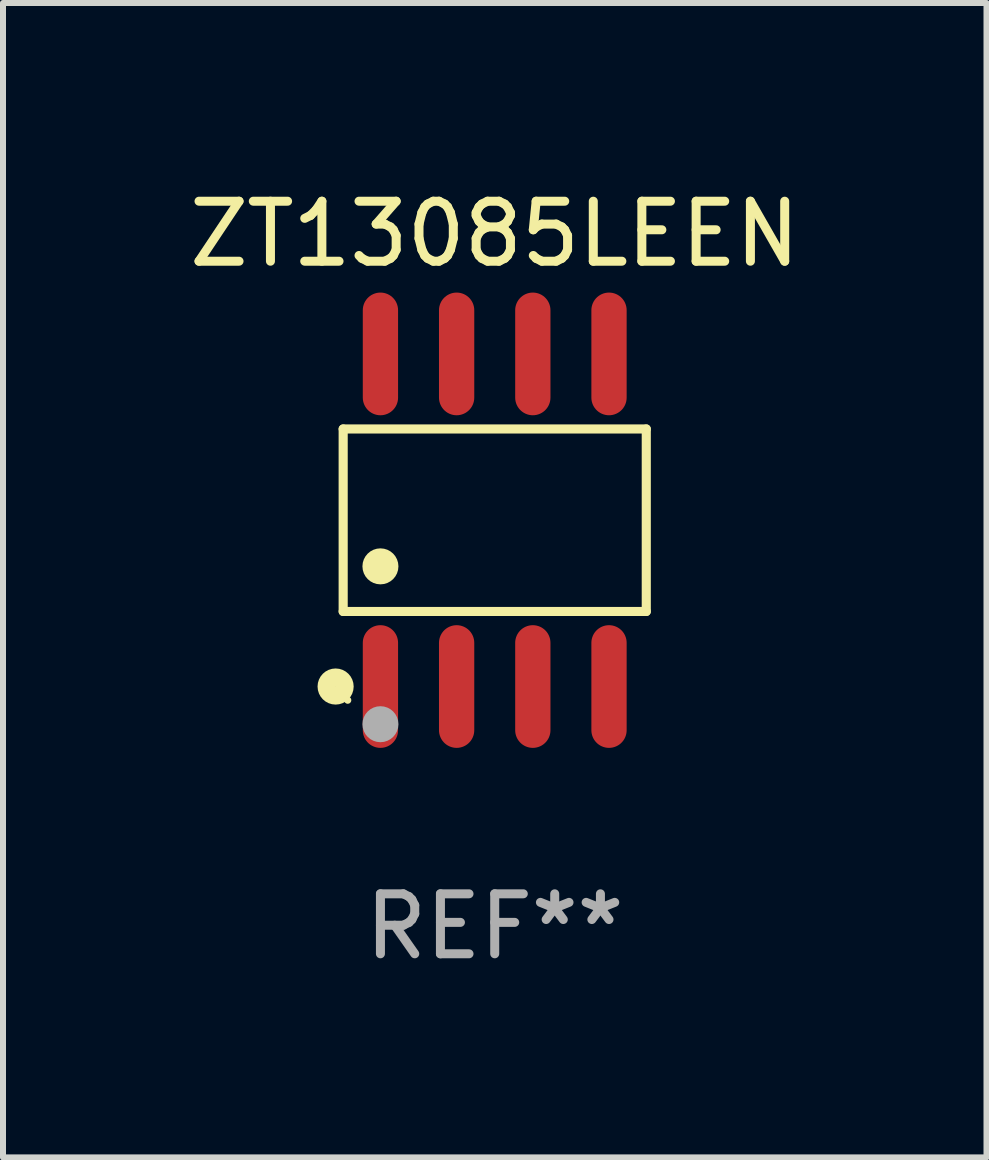
<source format=kicad_pcb>
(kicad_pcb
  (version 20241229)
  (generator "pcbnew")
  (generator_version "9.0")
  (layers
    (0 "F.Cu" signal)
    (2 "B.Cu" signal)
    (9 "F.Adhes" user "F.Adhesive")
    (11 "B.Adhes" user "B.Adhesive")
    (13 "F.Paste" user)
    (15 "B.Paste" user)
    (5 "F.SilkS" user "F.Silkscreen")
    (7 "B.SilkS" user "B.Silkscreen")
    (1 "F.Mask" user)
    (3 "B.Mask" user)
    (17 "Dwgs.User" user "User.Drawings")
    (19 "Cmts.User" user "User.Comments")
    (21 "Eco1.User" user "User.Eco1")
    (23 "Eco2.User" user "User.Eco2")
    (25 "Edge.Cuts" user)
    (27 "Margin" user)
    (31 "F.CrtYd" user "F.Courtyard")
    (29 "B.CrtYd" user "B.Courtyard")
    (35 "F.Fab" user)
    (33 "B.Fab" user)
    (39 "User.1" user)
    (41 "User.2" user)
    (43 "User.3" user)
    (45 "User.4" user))
  (footprint "ZT13085LEEN"
    (layer "F.Cu")
    (at 5.196 5.621)
    (property "Reference" "ZT13085LEEN" (at 0 -4.772 0) (layer "F.SilkS") (effects (font (size 1 1) (thickness 0.15))))
    (attr through_hole)
    (fp_line (start -2.526 -1.521) (end 2.526 -1.521) (stroke (width 0.152) (type solid)) (layer "F.SilkS"))
    (fp_line (start -2.526 1.521) (end -2.526 -1.521) (stroke (width 0.152) (type solid)) (layer "F.SilkS"))
    (fp_line (start 2.526 -1.521) (end 2.526 1.521) (stroke (width 0.152) (type solid)) (layer "F.SilkS"))
    (fp_line (start 2.526 1.521) (end -2.526 1.521) (stroke (width 0.152) (type solid)) (layer "F.SilkS"))
    (fp_circle (center -2.652 2.772) (end -2.501 2.772) (stroke (width 0.3) (type solid)) (fill no) (layer "F.SilkS"))
    (fp_circle (center -2.45 3) (end -2.42 3) (stroke (width 0.06) (type solid)) (fill no) (layer "F.SilkS"))
    (fp_circle (center -1.905 0.769) (end -1.755 0.769) (stroke (width 0.3) (type solid)) (fill no) (layer "F.SilkS"))
    (fp_circle (center -1.905 3.4) (end -1.755 3.4) (stroke (width 0.3) (type solid)) (fill no) (layer "F.Fab"))
    (fp_text user "REF**" (at 0 6.772 0) (layer "F.Fab") (effects (font (size 1 1) (thickness 0.15))))
    (pad "1" smd oval (at -1.905 2.772) (size 0.588 2.045) (layers "F.Cu" "F.Mask" "F.Paste"))
    (pad "2" smd oval (at -0.635 2.772) (size 0.588 2.045) (layers "F.Cu" "F.Mask" "F.Paste"))
    (pad "3" smd oval (at 0.635 2.772) (size 0.588 2.045) (layers "F.Cu" "F.Mask" "F.Paste"))
    (pad "4" smd oval (at 1.905 2.772) (size 0.588 2.045) (layers "F.Cu" "F.Mask" "F.Paste"))
    (pad "5" smd oval (at 1.905 -2.772) (size 0.588 2.045) (layers "F.Cu" "F.Mask" "F.Paste"))
    (pad "6" smd oval (at 0.635 -2.772) (size 0.588 2.045) (layers "F.Cu" "F.Mask" "F.Paste"))
    (pad "7" smd oval (at -0.635 -2.772) (size 0.588 2.045) (layers "F.Cu" "F.Mask" "F.Paste"))
    (pad "8" smd oval (at -1.905 -2.772) (size 0.588 2.045) (layers "F.Cu" "F.Mask" "F.Paste")))
  (gr_rect
    (start -3 -3)
    (end 13.393 16.241)
    (stroke (width 0.1) (type default))
    (fill no)
    (layer "Edge.Cuts")))
</source>
